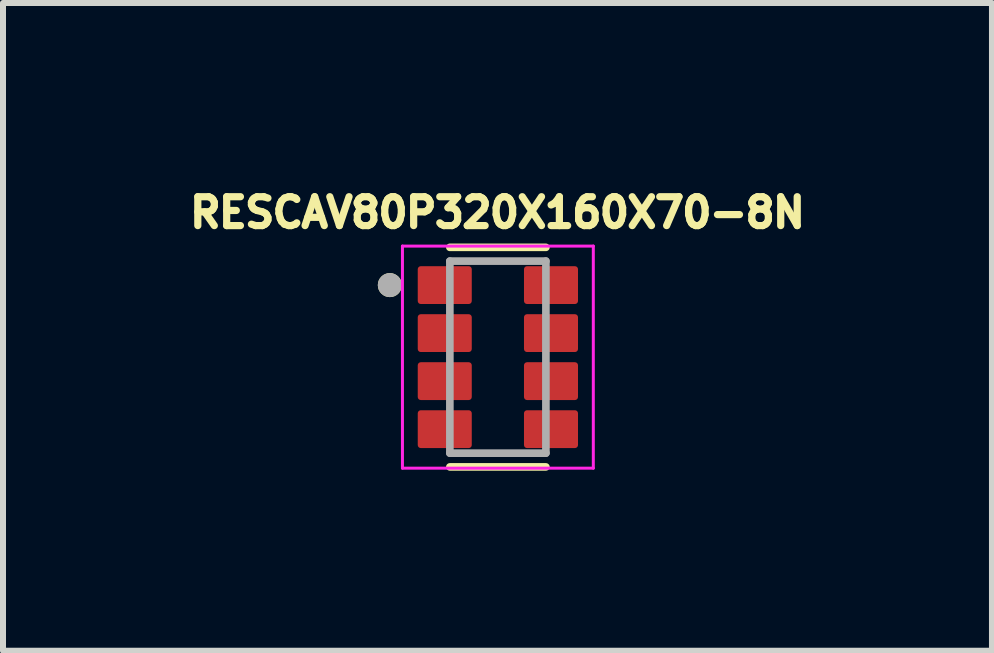
<source format=kicad_pcb>
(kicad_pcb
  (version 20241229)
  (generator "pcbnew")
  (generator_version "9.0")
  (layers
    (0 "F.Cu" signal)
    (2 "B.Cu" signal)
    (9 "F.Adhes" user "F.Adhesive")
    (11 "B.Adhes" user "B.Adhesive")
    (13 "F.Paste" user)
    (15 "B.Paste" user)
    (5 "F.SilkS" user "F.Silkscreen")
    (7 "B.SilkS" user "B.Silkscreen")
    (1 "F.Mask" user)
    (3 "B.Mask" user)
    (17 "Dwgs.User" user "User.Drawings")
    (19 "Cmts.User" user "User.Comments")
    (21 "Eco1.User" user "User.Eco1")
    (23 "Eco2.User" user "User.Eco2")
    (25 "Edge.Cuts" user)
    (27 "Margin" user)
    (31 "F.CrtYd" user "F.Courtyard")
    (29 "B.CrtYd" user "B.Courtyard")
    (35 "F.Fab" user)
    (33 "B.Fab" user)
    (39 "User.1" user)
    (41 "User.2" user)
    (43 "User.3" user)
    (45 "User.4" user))
  (footprint "RESCAV80P320X160X70-8N"
    (layer "F.Cu")
    (at 5.245 2.9)
    (property "Reference" "RESCAV80P320X160X70-8N" (at -0.006 -2.408 0) (layer "F.SilkS") (effects (font (size 0.481 0.481) (thickness 0.15))))
    (attr smd)
    (fp_line (start -0.8 -1.829) (end 0.8 -1.829) (stroke (width 0.127) (type solid)) (layer "F.SilkS"))
    (fp_line (start -0.8 1.829) (end 0.8 1.829) (stroke (width 0.127) (type solid)) (layer "F.SilkS"))
    (fp_circle (center -1.8 -1.2) (end -1.7 -1.2) (stroke (width 0.2) (type solid)) (fill no) (layer "F.SilkS"))
    (fp_line (start -1.59 -1.85) (end 1.59 -1.85) (stroke (width 0.05) (type solid)) (layer "F.CrtYd"))
    (fp_line (start -1.59 1.85) (end -1.59 -1.85) (stroke (width 0.05) (type solid)) (layer "F.CrtYd"))
    (fp_line (start 1.59 -1.85) (end 1.59 1.85) (stroke (width 0.05) (type solid)) (layer "F.CrtYd"))
    (fp_line (start 1.59 1.85) (end -1.59 1.85) (stroke (width 0.05) (type solid)) (layer "F.CrtYd"))
    (fp_line (start -0.8 -1.6) (end 0.8 -1.6) (stroke (width 0.127) (type solid)) (layer "F.Fab"))
    (fp_line (start -0.8 1.6) (end -0.8 -1.6) (stroke (width 0.127) (type solid)) (layer "F.Fab"))
    (fp_line (start 0.8 -1.6) (end 0.8 1.6) (stroke (width 0.127) (type solid)) (layer "F.Fab"))
    (fp_line (start 0.8 1.6) (end -0.8 1.6) (stroke (width 0.127) (type solid)) (layer "F.Fab"))
    (fp_circle (center -1.8 -1.2) (end -1.7 -1.2) (stroke (width 0.2) (type solid)) (fill no) (layer "F.Fab"))
    (pad "1" smd roundrect (at -0.885 -1.2) (size 0.9 0.63) (layers "F.Cu" "F.Mask" "F.Paste") (roundrect_rratio 0.08))
    (pad "2" smd roundrect (at -0.885 -0.4) (size 0.9 0.63) (layers "F.Cu" "F.Mask" "F.Paste") (roundrect_rratio 0.08))
    (pad "3" smd roundrect (at -0.885 0.4) (size 0.9 0.63) (layers "F.Cu" "F.Mask" "F.Paste") (roundrect_rratio 0.08))
    (pad "4" smd roundrect (at -0.885 1.2) (size 0.9 0.63) (layers "F.Cu" "F.Mask" "F.Paste") (roundrect_rratio 0.08))
    (pad "5" smd roundrect (at 0.885 -1.2) (size 0.9 0.63) (layers "F.Cu" "F.Mask" "F.Paste") (roundrect_rratio 0.08))
    (pad "6" smd roundrect (at 0.885 -0.4) (size 0.9 0.63) (layers "F.Cu" "F.Mask" "F.Paste") (roundrect_rratio 0.08))
    (pad "7" smd roundrect (at 0.885 0.4) (size 0.9 0.63) (layers "F.Cu" "F.Mask" "F.Paste") (roundrect_rratio 0.08))
    (pad "8" smd roundrect (at 0.885 1.2) (size 0.9 0.63) (layers "F.Cu" "F.Mask" "F.Paste") (roundrect_rratio 0.08)))
  (gr_rect
    (start -3 -3)
    (end 13.477 7.792)
    (stroke (width 0.1) (type default))
    (fill no)
    (layer "Edge.Cuts")))
</source>
